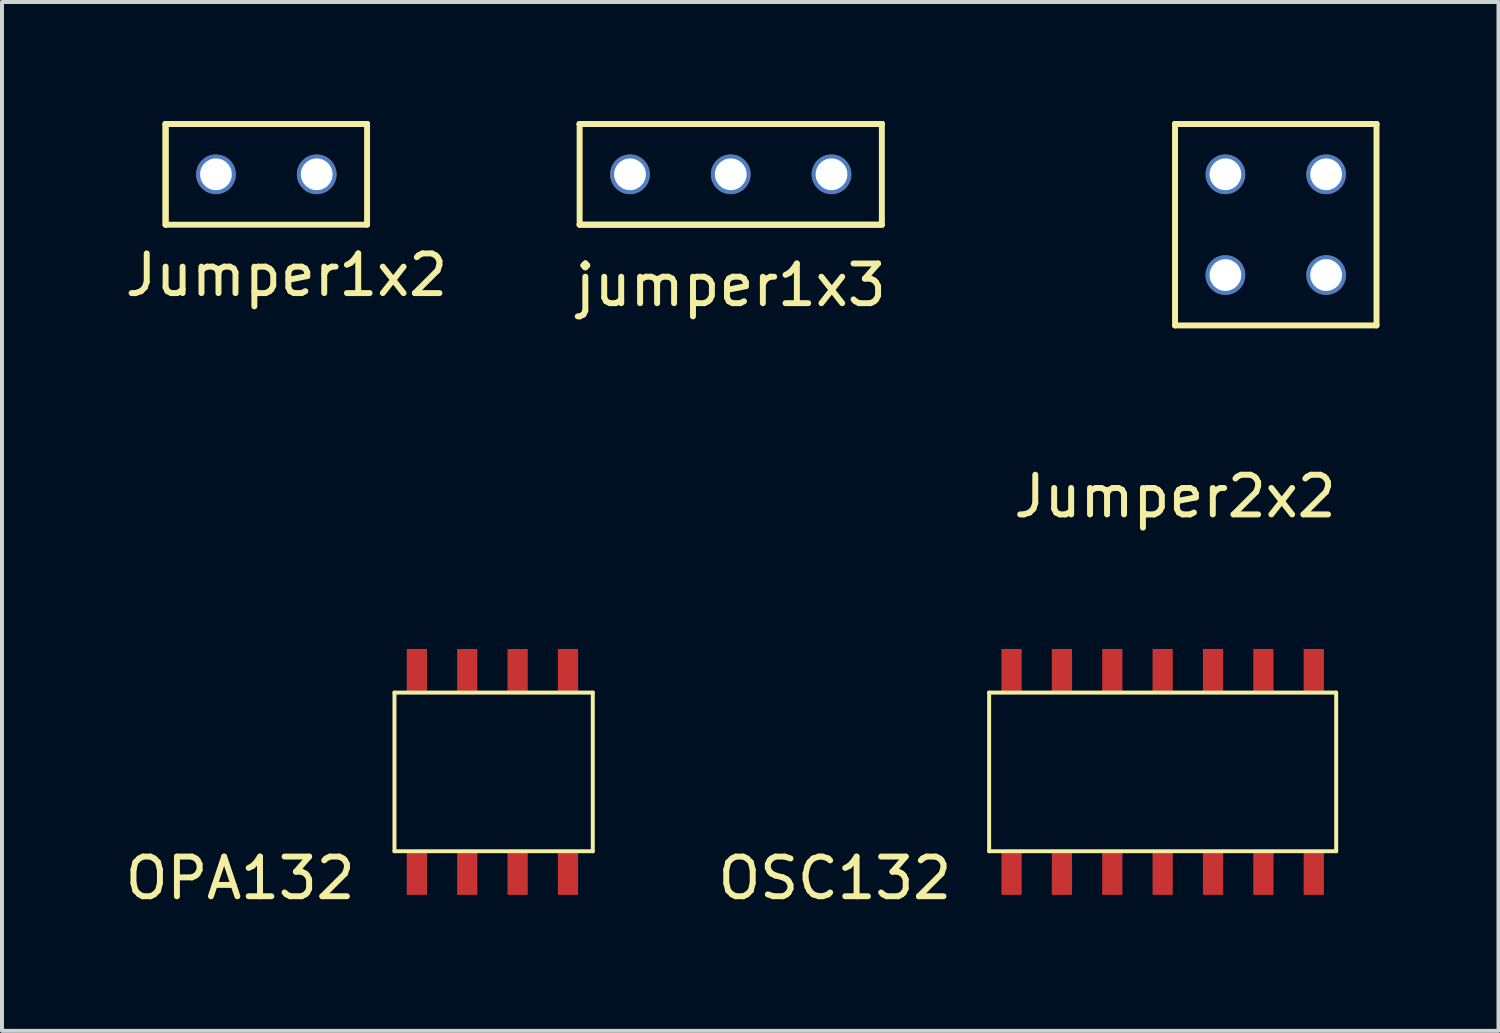
<source format=kicad_pcb>
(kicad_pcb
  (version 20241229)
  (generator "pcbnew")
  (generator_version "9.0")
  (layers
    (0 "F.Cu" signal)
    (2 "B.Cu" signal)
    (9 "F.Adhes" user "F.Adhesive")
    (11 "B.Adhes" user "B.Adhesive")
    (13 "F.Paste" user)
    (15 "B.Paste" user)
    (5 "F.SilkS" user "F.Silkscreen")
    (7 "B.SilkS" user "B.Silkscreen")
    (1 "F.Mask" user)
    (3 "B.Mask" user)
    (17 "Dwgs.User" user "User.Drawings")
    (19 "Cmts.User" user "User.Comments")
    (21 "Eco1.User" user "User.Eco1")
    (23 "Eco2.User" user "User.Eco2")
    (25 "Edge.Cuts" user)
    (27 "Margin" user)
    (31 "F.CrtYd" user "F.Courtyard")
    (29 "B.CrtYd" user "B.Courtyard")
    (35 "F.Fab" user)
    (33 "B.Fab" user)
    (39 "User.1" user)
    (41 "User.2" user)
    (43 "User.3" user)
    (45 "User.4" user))
  (footprint "Jumper2x2"
    (layer "F.Cu")
    (at 26.577 8.965)
    (property "Reference" "Jumper2x2" (at 0 0.5 0) (layer "F.SilkS") (effects (font (size 1 1) (thickness 0.15))))
    (attr through_hole)
    (fp_line (start 0 -8.89) (end 0 -3.81) (stroke (width 0.15) (type solid)) (layer "F.SilkS"))
    (fp_line (start 0 -3.81) (end 5.08 -3.81) (stroke (width 0.15) (type solid)) (layer "F.SilkS"))
    (fp_line (start 5.08 -8.89) (end 0 -8.89) (stroke (width 0.15) (type solid)) (layer "F.SilkS"))
    (fp_line (start 5.08 -8.89) (end 0 -8.89) (stroke (width 0.15) (type solid)) (layer "F.SilkS"))
    (fp_line (start 5.08 -3.81) (end 5.08 -8.89) (stroke (width 0.15) (type solid)) (layer "F.SilkS"))
    (pad "1" thru_hole circle (at 3.81 -7.62) (size 1 1) (drill 0.8) (layers "*.Cu" "*.Mask"))
    (pad "2" thru_hole circle (at 3.81 -5.08) (size 1 1) (drill 0.8) (layers "*.Cu" "*.Mask"))
    (pad "3" thru_hole circle (at 1.27 -5.08) (size 1 1) (drill 0.8) (layers "*.Cu" "*.Mask"))
    (pad "4" thru_hole circle (at 1.27 -7.62) (size 1 1) (drill 0.8) (layers "*.Cu" "*.Mask")))
  (footprint "jumper1x3"
    (layer "F.Cu")
    (at 15.375 1.345)
    (property "Reference" "jumper1x3" (at 0 2.794 0) (layer "F.SilkS") (effects (font (size 1 1) (thickness 0.15))))
    (attr through_hole)
    (fp_line (start -3.81 -1.27) (end -3.81 1.27) (stroke (width 0.15) (type solid)) (layer "F.SilkS"))
    (fp_line (start -3.81 -1.27) (end 3.81 -1.27) (stroke (width 0.15) (type solid)) (layer "F.SilkS"))
    (fp_line (start -3.81 -1.27) (end 3.81 -1.27) (stroke (width 0.15) (type solid)) (layer "F.SilkS"))
    (fp_line (start -3.81 1.27) (end 3.81 1.27) (stroke (width 0.15) (type solid)) (layer "F.SilkS"))
    (fp_line (start 3.81 -1.27) (end -3.81 -1.27) (stroke (width 0.15) (type solid)) (layer "F.SilkS"))
    (fp_line (start 3.81 -1.27) (end 3.81 1.27) (stroke (width 0.15) (type solid)) (layer "F.SilkS"))
    (fp_line (start 3.81 1.27) (end -3.81 1.27) (stroke (width 0.15) (type solid)) (layer "F.SilkS"))
    (pad "1" thru_hole circle (at -2.54 0) (size 1 1) (drill 0.8) (layers "*.Cu" "*.Mask"))
    (pad "2" thru_hole circle (at 0 0) (size 1 1) (drill 0.8) (layers "*.Cu" "*.Mask"))
    (pad "3" thru_hole circle (at 2.54 0) (size 1 1) (drill 0.8) (layers "*.Cu" "*.Mask")))
  (footprint "OSC132"
    (layer "F.Cu")
    (at 21.89 18.413)
    (property "Reference" "OSC132" (at -3.89 0.68 0) (layer "F.SilkS") (effects (font (size 1 1) (thickness 0.15))))
    (attr through_hole)
    (fp_line (start 0 -4) (end 8.75 -4) (stroke (width 0.1) (type solid)) (layer "F.SilkS"))
    (fp_line (start 0 0) (end 0 -4) (stroke (width 0.1) (type solid)) (layer "F.SilkS"))
    (fp_line (start 0 0) (end 8.75 0) (stroke (width 0.1) (type solid)) (layer "F.SilkS"))
    (fp_line (start 8.75 0) (end 8.75 -4) (stroke (width 0.1) (type solid)) (layer "F.SilkS"))
    (pad "1" smd rect (at 0.565 0.55) (size 0.51 1.1) (layers "F.Cu" "F.Mask" "F.Paste"))
    (pad "2" smd rect (at 1.835 0.55) (size 0.51 1.1) (layers "F.Cu" "F.Mask" "F.Paste"))
    (pad "3" smd rect (at 3.105 0.55) (size 0.51 1.1) (layers "F.Cu" "F.Mask" "F.Paste"))
    (pad "4" smd rect (at 4.375 0.55) (size 0.51 1.1) (layers "F.Cu" "F.Mask" "F.Paste"))
    (pad "5" smd rect (at 5.645 0.55) (size 0.51 1.1) (layers "F.Cu" "F.Mask" "F.Paste"))
    (pad "6" smd rect (at 6.915 0.55) (size 0.51 1.1) (layers "F.Cu" "F.Mask" "F.Paste"))
    (pad "7" smd rect (at 8.185 0.55) (size 0.51 1.1) (layers "F.Cu" "F.Mask" "F.Paste"))
    (pad "8" smd rect (at 8.185 -4.55) (size 0.51 1.1) (layers "F.Cu" "F.Mask" "F.Paste"))
    (pad "9" smd rect (at 6.915 -4.55) (size 0.51 1.1) (layers "F.Cu" "F.Mask" "F.Paste"))
    (pad "10" smd rect (at 5.645 -4.55) (size 0.51 1.1) (layers "F.Cu" "F.Mask" "F.Paste"))
    (pad "11" smd rect (at 4.375 -4.55) (size 0.51 1.1) (layers "F.Cu" "F.Mask" "F.Paste"))
    (pad "12" smd rect (at 3.105 -4.55) (size 0.51 1.1) (layers "F.Cu" "F.Mask" "F.Paste"))
    (pad "13" smd rect (at 1.835 -4.55) (size 0.51 1.1) (layers "F.Cu" "F.Mask" "F.Paste"))
    (pad "14" smd rect (at 0.565 -4.55) (size 0.51 1.1) (layers "F.Cu" "F.Mask" "F.Paste")))
  (footprint "Jumper1x2"
    (layer "F.Cu")
    (at 3.665 1.345)
    (property "Reference" "Jumper1x2" (at 0.508 2.54 0) (layer "F.SilkS") (effects (font (size 1 1) (thickness 0.15))))
    (attr through_hole)
    (fp_line (start -2.54 -1.27) (end -2.54 1.27) (stroke (width 0.15) (type solid)) (layer "F.SilkS"))
    (fp_line (start -2.54 -1.27) (end -2.54 1.27) (stroke (width 0.15) (type solid)) (layer "F.SilkS"))
    (fp_line (start -2.54 -1.27) (end 2.54 -1.27) (stroke (width 0.15) (type solid)) (layer "F.SilkS"))
    (fp_line (start -2.54 1.27) (end 2.54 1.27) (stroke (width 0.15) (type solid)) (layer "F.SilkS"))
    (fp_line (start 2.54 -1.27) (end -2.54 -1.27) (stroke (width 0.15) (type solid)) (layer "F.SilkS"))
    (fp_line (start 2.54 1.27) (end 2.54 -1.27) (stroke (width 0.15) (type solid)) (layer "F.SilkS"))
    (pad "1" thru_hole circle (at -1.27 0) (size 1 1) (drill 0.8) (layers "*.Cu" "*.Mask"))
    (pad "2" thru_hole circle (at 1.27 0) (size 1 1) (drill 0.8) (layers "*.Cu" "*.Mask")))
  (footprint "OPA132"
    (layer "F.Cu")
    (at 6.896 18.413)
    (property "Reference" "OPA132" (at -3.89 0.68 0) (layer "F.SilkS") (effects (font (size 1 1) (thickness 0.15))))
    (attr through_hole)
    (fp_line (start 0 -4) (end 5 -4) (stroke (width 0.1) (type solid)) (layer "F.SilkS"))
    (fp_line (start 0 0) (end 0 -4) (stroke (width 0.1) (type solid)) (layer "F.SilkS"))
    (fp_line (start 0 0) (end 5 0) (stroke (width 0.1) (type solid)) (layer "F.SilkS"))
    (fp_line (start 5 0) (end 5 -4) (stroke (width 0.1) (type solid)) (layer "F.SilkS"))
    (pad "1" smd rect (at 0.565 0.55) (size 0.51 1.1) (layers "F.Cu" "F.Mask" "F.Paste"))
    (pad "2" smd rect (at 1.835 0.55) (size 0.51 1.1) (layers "F.Cu" "F.Mask" "F.Paste"))
    (pad "3" smd rect (at 3.105 0.55) (size 0.51 1.1) (layers "F.Cu" "F.Mask" "F.Paste"))
    (pad "4" smd rect (at 4.375 0.55) (size 0.51 1.1) (layers "F.Cu" "F.Mask" "F.Paste"))
    (pad "11" smd rect (at 4.375 -4.55) (size 0.51 1.1) (layers "F.Cu" "F.Mask" "F.Paste"))
    (pad "12" smd rect (at 3.105 -4.55) (size 0.51 1.1) (layers "F.Cu" "F.Mask" "F.Paste"))
    (pad "13" smd rect (at 1.835 -4.55) (size 0.51 1.1) (layers "F.Cu" "F.Mask" "F.Paste"))
    (pad "14" smd rect (at 0.565 -4.55) (size 0.51 1.1) (layers "F.Cu" "F.Mask" "F.Paste")))
  (gr_rect
    (start -3 -3)
    (end 34.732 22.942)
    (stroke (width 0.1) (type default))
    (fill no)
    (layer "Edge.Cuts")))
</source>
